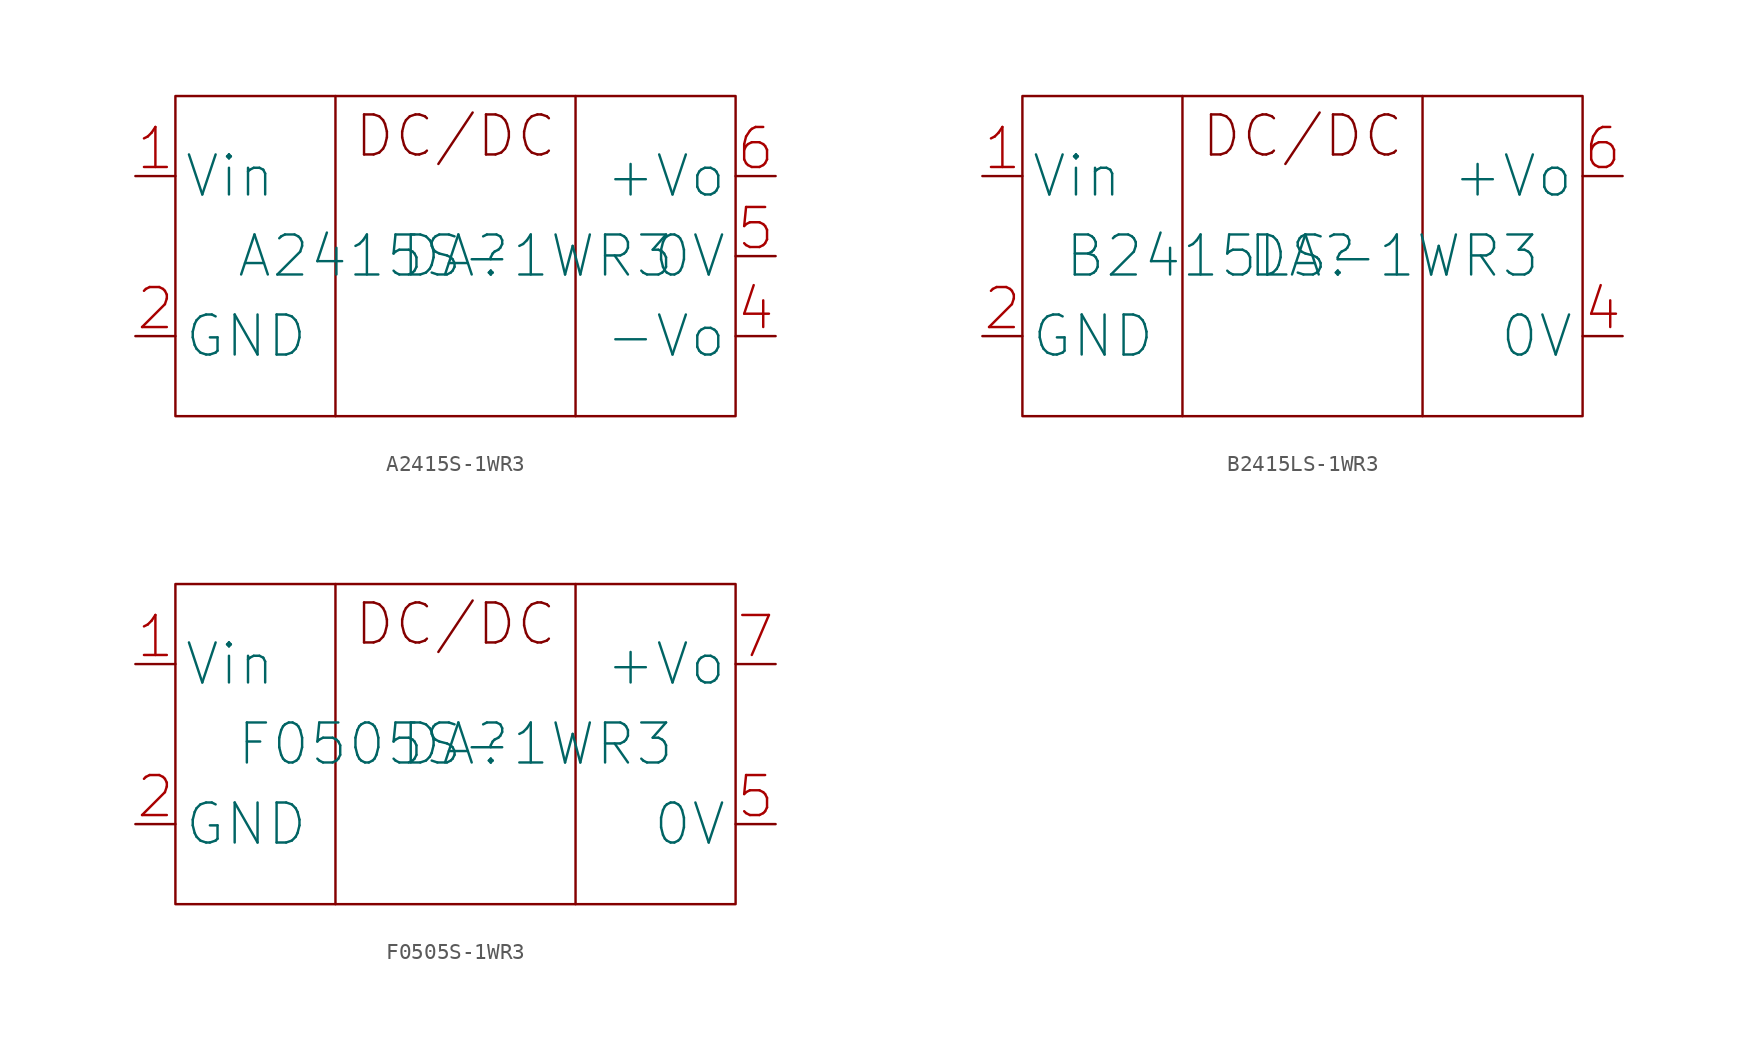
<source format=kicad_sym>
(kicad_symbol_lib
  (version 20220914)
  (generator kicad_symbol_editor)
  (symbol "A2415S-1WR3"
    (property "Reference" "DA"
      (at 0 0 0)
      (effects (font (size 2.5 2.5))))
    (property "Value" "A2415S-1WR3"
      (at 0 0 0)
      (effects (font (size 2.5 2.5))))
    (symbol "A2415S-1WR3_0_1"
      (rectangle (start -17.5 10) (end 17.5 -10) (stroke (width 0) (type default)) (fill (type none)))
      (polyline (pts (xy -7.5 10) (xy -7.5 -10)) (stroke (width 0) (type default)) (fill (type none)))
      (polyline (pts (xy 7.5 10) (xy 7.5 -10)) (stroke (width 0) (type default)) (fill (type none))))
    (symbol "A2415S-1WR3_1_1"
      (text "DC/DC" (at 0 7.5 0) (effects (font (size 2.5 2.5))))
      (pin input line (at -20 5 0) (length 2.5) (name "Vin" (effects (font (size 2.5 2.5)))) (number "1" (effects (font (size 2.5 2.5)))))
      (pin input line (at -20 -5 0) (length 2.5) (name "GND" (effects (font (size 2.5 2.5)))) (number "2" (effects (font (size 2.5 2.5)))))
      (pin input line (at 20 -5 180) (length 2.5) (name "-Vo" (effects (font (size 2.5 2.5)))) (number "4" (effects (font (size 2.5 2.5)))))
      (pin input line (at 20 0 180) (length 2.5) (name "0V" (effects (font (size 2.5 2.5)))) (number "5" (effects (font (size 2.5 2.5)))))
      (pin input line (at 20 5 180) (length 2.5) (name "+Vo" (effects (font (size 2.5 2.5)))) (number "6" (effects (font (size 2.5 2.5)))))))
  (symbol "B2415LS-1WR3"
    (property "Reference" "DA"
      (at 0 0 0)
      (effects (font (size 2.5 2.5))))
    (property "Value" "B2415LS-1WR3"
      (at 0 0 0)
      (effects (font (size 2.5 2.5))))
    (symbol "B2415LS-1WR3_0_1"
      (rectangle (start -17.5 10) (end 17.5 -10) (stroke (width 0) (type default)) (fill (type none)))
      (polyline (pts (xy -7.5 10) (xy -7.5 -10)) (stroke (width 0) (type default)) (fill (type none)))
      (polyline (pts (xy 7.5 10) (xy 7.5 -10)) (stroke (width 0) (type default)) (fill (type none))))
    (symbol "B2415LS-1WR3_1_1"
      (text "DC/DC" (at 0 7.5 0) (effects (font (size 2.5 2.5))))
      (pin input line (at -20 5 0) (length 2.5) (name "Vin" (effects (font (size 2.5 2.5)))) (number "1" (effects (font (size 2.5 2.5)))))
      (pin input line (at -20 -5 0) (length 2.5) (name "GND" (effects (font (size 2.5 2.5)))) (number "2" (effects (font (size 2.5 2.5)))))
      (pin input line (at 20 -5 180) (length 2.5) (name "0V" (effects (font (size 2.5 2.5)))) (number "4" (effects (font (size 2.5 2.5)))))
      (pin input line (at 20 5 180) (length 2.5) (name "+Vo" (effects (font (size 2.5 2.5)))) (number "6" (effects (font (size 2.5 2.5)))))))
  (symbol "F0505S-1WR3"
    (property "Reference" "DA"
      (at 0 0 0)
      (effects (font (size 2.5 2.5))))
    (property "Value" "F0505S-1WR3"
      (at 0 0 0)
      (effects (font (size 2.5 2.5))))
    (symbol "F0505S-1WR3_0_1"
      (rectangle (start -17.5 10) (end 17.5 -10) (stroke (width 0) (type default)) (fill (type none)))
      (polyline (pts (xy -7.5 10) (xy -7.5 -10)) (stroke (width 0) (type default)) (fill (type none)))
      (polyline (pts (xy 7.5 10) (xy 7.5 -10)) (stroke (width 0) (type default)) (fill (type none))))
    (symbol "F0505S-1WR3_1_1"
      (text "DC/DC" (at 0 7.5 0) (effects (font (size 2.5 2.5))))
      (pin input line (at -20 5 0) (length 2.5) (name "Vin" (effects (font (size 2.5 2.5)))) (number "1" (effects (font (size 2.5 2.5)))))
      (pin input line (at -20 -5 0) (length 2.5) (name "GND" (effects (font (size 2.5 2.5)))) (number "2" (effects (font (size 2.5 2.5)))))
      (pin input line (at 20 -5 180) (length 2.5) (name "0V" (effects (font (size 2.5 2.5)))) (number "5" (effects (font (size 2.5 2.5)))))
      (pin input line (at 20 5 180) (length 2.5) (name "+Vo" (effects (font (size 2.5 2.5)))) (number "7" (effects (font (size 2.5 2.5))))))))
</source>
